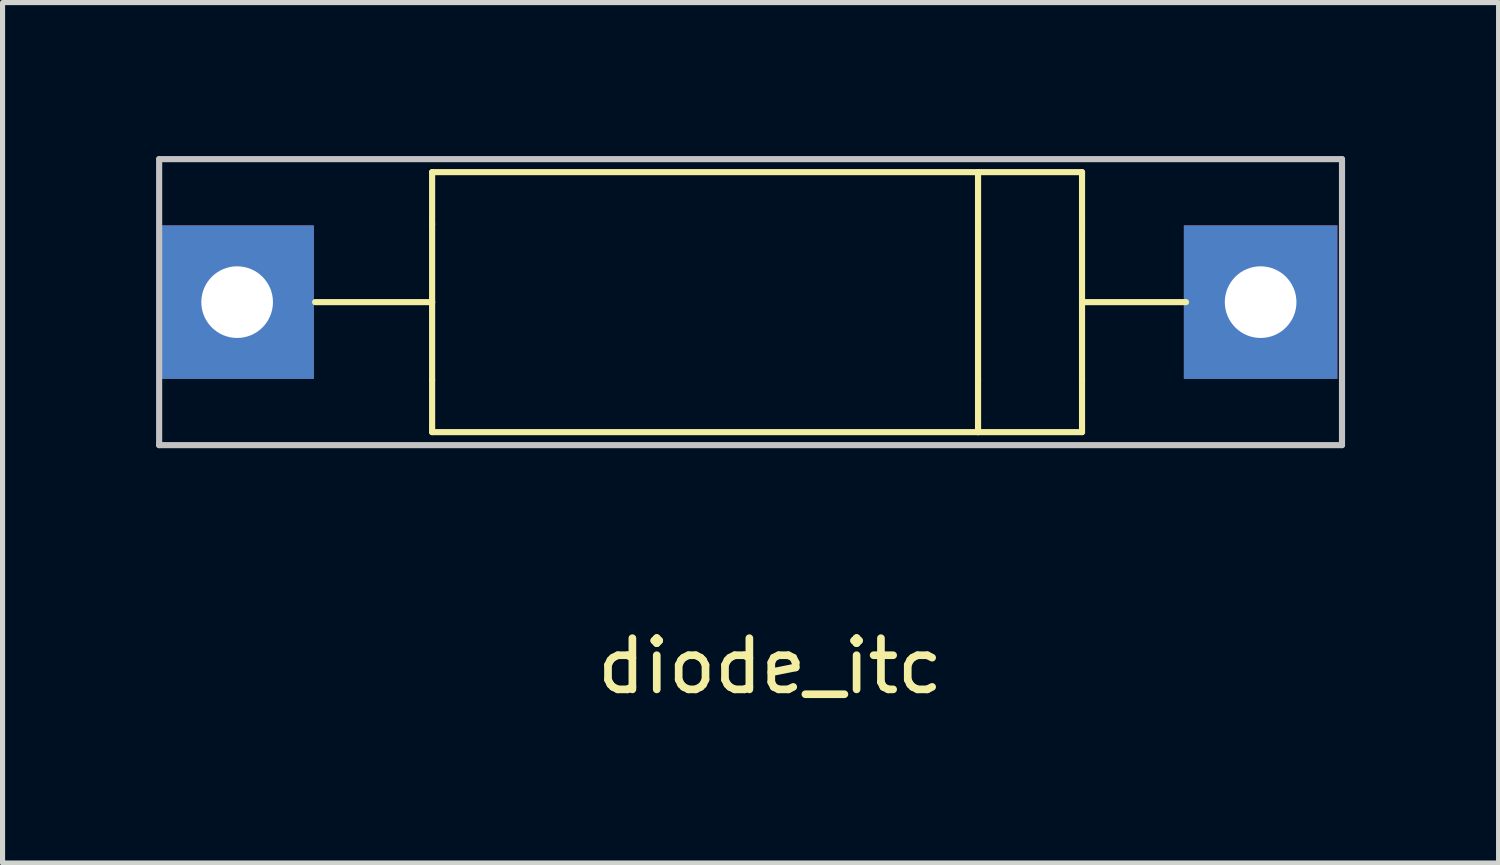
<source format=kicad_pcb>
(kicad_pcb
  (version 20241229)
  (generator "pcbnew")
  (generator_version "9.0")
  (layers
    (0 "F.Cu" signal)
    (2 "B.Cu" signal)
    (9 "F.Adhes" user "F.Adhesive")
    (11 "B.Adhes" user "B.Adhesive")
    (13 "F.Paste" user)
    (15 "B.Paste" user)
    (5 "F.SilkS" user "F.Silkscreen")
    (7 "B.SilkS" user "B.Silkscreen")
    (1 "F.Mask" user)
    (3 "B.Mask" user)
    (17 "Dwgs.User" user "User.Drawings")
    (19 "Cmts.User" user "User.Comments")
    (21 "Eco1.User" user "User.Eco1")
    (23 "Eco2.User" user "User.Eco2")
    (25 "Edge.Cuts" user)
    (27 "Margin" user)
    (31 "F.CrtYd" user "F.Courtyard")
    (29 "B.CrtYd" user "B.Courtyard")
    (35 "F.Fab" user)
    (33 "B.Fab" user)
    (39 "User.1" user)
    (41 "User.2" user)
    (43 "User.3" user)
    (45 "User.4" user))
  (footprint "diode_itc"
    (layer "F.Cu")
    (at 1.584 2.854)
    (property "Reference" "diode_itc" (at 10.414 7.112 0) (layer "F.SilkS") (effects (font (size 1 1) (thickness 0.15))))
    (attr through_hole)
    (fp_line (start 1.524 0) (end 3.81 0) (stroke (width 0.12) (type solid)) (layer "F.SilkS"))
    (fp_line (start 3.81 -2.54) (end 16.51 -2.54) (stroke (width 0.12) (type solid)) (layer "F.SilkS"))
    (fp_line (start 3.81 -1.524) (end 3.81 -2.54) (stroke (width 0.12) (type solid)) (layer "F.SilkS"))
    (fp_line (start 3.81 0) (end 3.81 -1.524) (stroke (width 0.12) (type solid)) (layer "F.SilkS"))
    (fp_line (start 3.81 1.524) (end 3.81 0) (stroke (width 0.12) (type solid)) (layer "F.SilkS"))
    (fp_line (start 3.81 1.524) (end 3.81 2.54) (stroke (width 0.12) (type solid)) (layer "F.SilkS"))
    (fp_line (start 3.81 2.54) (end 14.478 2.54) (stroke (width 0.12) (type solid)) (layer "F.SilkS"))
    (fp_line (start 14.478 -1.524) (end 14.478 -2.54) (stroke (width 0.12) (type solid)) (layer "F.SilkS"))
    (fp_line (start 14.478 -1.524) (end 14.478 1.524) (stroke (width 0.12) (type solid)) (layer "F.SilkS"))
    (fp_line (start 14.478 1.524) (end 14.478 2.54) (stroke (width 0.12) (type solid)) (layer "F.SilkS"))
    (fp_line (start 14.478 2.54) (end 16.51 2.54) (stroke (width 0.12) (type solid)) (layer "F.SilkS"))
    (fp_line (start 16.51 -2.54) (end 16.51 -1.524) (stroke (width 0.12) (type solid)) (layer "F.SilkS"))
    (fp_line (start 16.51 -1.524) (end 16.51 1.524) (stroke (width 0.12) (type solid)) (layer "F.SilkS"))
    (fp_line (start 16.51 0) (end 18.542 0) (stroke (width 0.12) (type solid)) (layer "F.SilkS"))
    (fp_line (start 16.51 2.54) (end 16.51 1.524) (stroke (width 0.12) (type solid)) (layer "F.SilkS"))
    (fp_line (start -1.524 -2.794) (end -1.524 2.794) (stroke (width 0.12) (type solid)) (layer "Dwgs.User"))
    (fp_line (start -1.524 2.794) (end 21.59 2.794) (stroke (width 0.12) (type solid)) (layer "Dwgs.User"))
    (fp_line (start 21.59 -2.794) (end -1.524 -2.794) (stroke (width 0.12) (type solid)) (layer "Dwgs.User"))
    (fp_line (start 21.59 2.794) (end 21.59 -2.794) (stroke (width 0.12) (type solid)) (layer "Dwgs.User"))
    (pad "1" thru_hole rect (at 0 0) (size 3 3) (drill 1.4) (layers "*.Cu" "*.Mask"))
    (pad "2" thru_hole rect (at 20 0) (size 3 3) (drill 1.4) (layers "*.Cu" "*.Mask")))
  (gr_rect
    (start -3 -3)
    (end 26.234 13.814)
    (stroke (width 0.1) (type default))
    (fill no)
    (layer "Edge.Cuts")))
</source>
